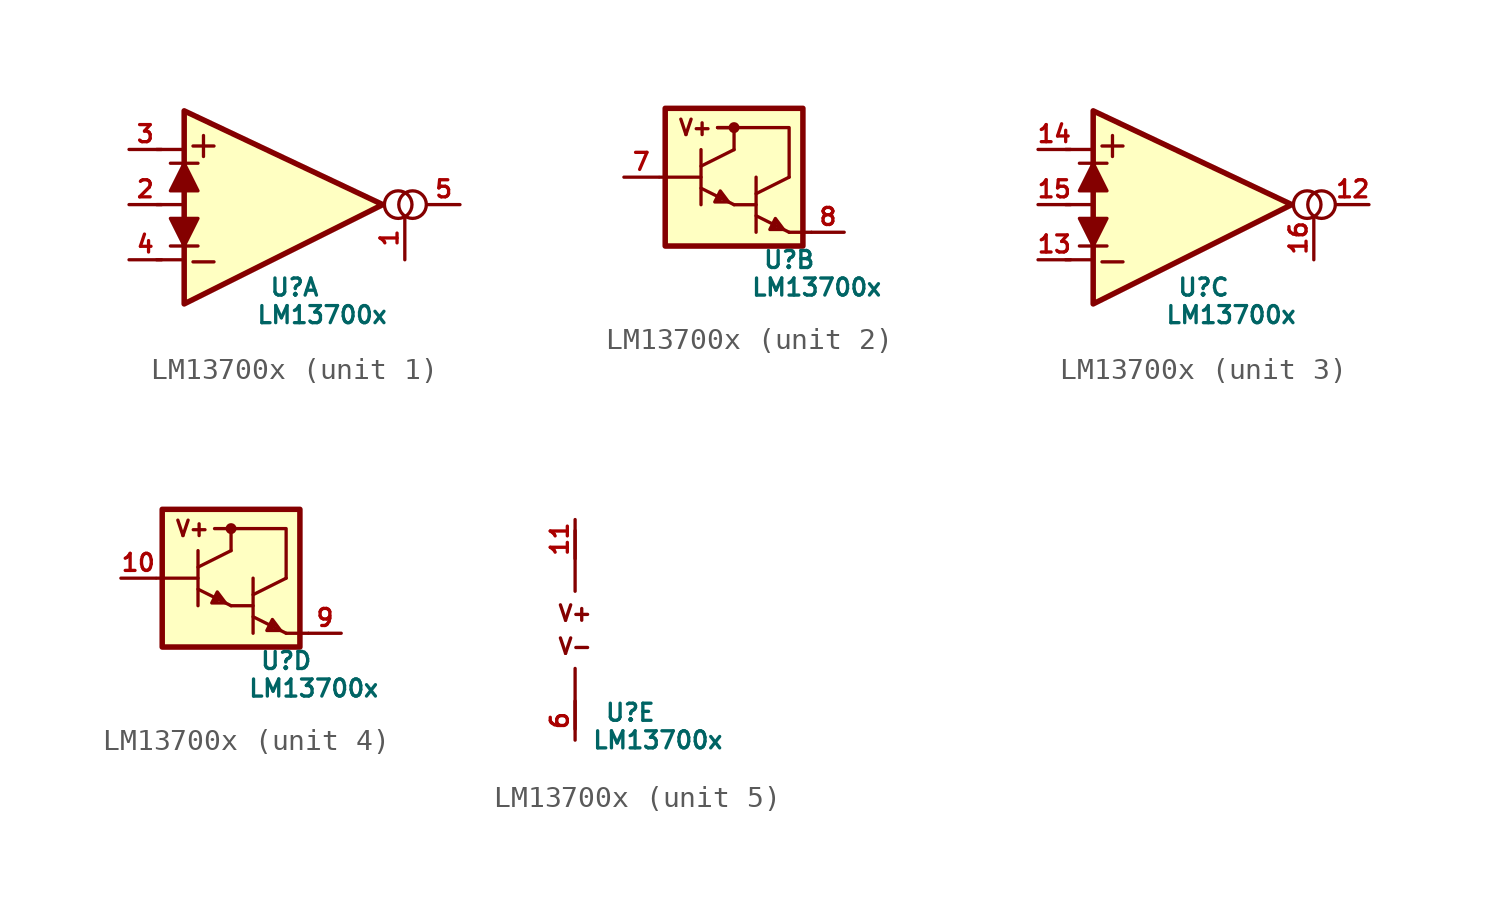
<source format=kicad_sym>
(kicad_symbol_lib
  (version 20220914)
  (generator kicad_symbol_editor)
  (symbol "LM13700x"
    (pin_names
      (offset 0.254) hide)
    (property "Reference" "U"
      (at 2.54 -3.81 0)
      (effects (font (size 0.787 0.787))))
    (property "Value" "LM13700x"
      (at 3.81 -5.08 0)
      (effects (font (size 0.787 0.787))))
    (property "ki_locked" ""
      (at 0 0 0)
      (effects (font (size 1.27 1.27))))
    (symbol "LM13700x_1_1"
      (polyline (pts (xy -3.81 -2.54) (xy -2.54 -2.54)) (stroke (width 0) (type solid)) (fill (type none)))
      (polyline (pts (xy -3.81 0) (xy -2.54 0)) (stroke (width 0) (type solid)) (fill (type none)))
      (polyline (pts (xy -3.81 2.54) (xy -2.54 2.54)) (stroke (width 0) (type solid)) (fill (type none)))
      (polyline (pts (xy -3.175 1.905) (xy -1.905 1.905)) (stroke (width 0) (type solid)) (fill (type none)))
      (polyline (pts (xy -2.54 -0.635) (xy -2.54 0.635)) (stroke (width 0) (type solid)) (fill (type none)))
      (polyline (pts (xy -1.905 -1.905) (xy -3.175 -1.905)) (stroke (width 0) (type solid)) (fill (type none)))
      (polyline (pts (xy -3.175 -0.635) (xy -1.905 -0.635) (xy -2.54 -1.905) (xy -3.175 -0.635)) (stroke (width 0) (type solid)) (fill (type outline)))
      (polyline (pts (xy -3.175 0.635) (xy -1.905 0.635) (xy -2.54 1.905) (xy -3.175 0.635)) (stroke (width 0) (type solid)) (fill (type outline)))
      (polyline (pts (xy -2.54 4.318) (xy 6.604 0) (xy -2.54 -4.572) (xy -2.54 4.318)) (stroke (width 0.254) (type solid)) (fill (type background)))
      (circle (center 7.315 0) (radius 0.635) (stroke (width 0) (type solid)) (fill (type none)))
      (circle (center 7.976 0) (radius 0.635) (stroke (width 0) (type solid)) (fill (type none)))
      (text "+" (at -1.651 2.794 0) (effects (font (size 1.27 1.27))))
      (text "-" (at -1.651 -2.54 0) (effects (font (size 1.27 1.27))))
      (pin input line (at 7.62 -2.54 90) (length 2.007) (name "AMP_BIAS_INPUT" (effects (font (size 0.787 0.787)))) (number "1" (effects (font (size 0.787 0.787)))))
      (pin input line (at -5.08 0 0) (length 1.499) (name "DIODE_BIAS" (effects (font (size 0.787 0.787)))) (number "2" (effects (font (size 0.787 0.787)))))
      (pin input line (at -5.08 2.54 0) (length 1.499) (name "INPUT(+)" (effects (font (size 0.787 0.787)))) (number "3" (effects (font (size 0.787 0.787)))))
      (pin input line (at -5.08 -2.54 0) (length 1.499) (name "INPUT(-)" (effects (font (size 0.787 0.787)))) (number "4" (effects (font (size 0.787 0.787)))))
      (pin output line (at 10.16 0 180) (length 1.499) (name "OUTPUT" (effects (font (size 0.787 0.787)))) (number "5" (effects (font (size 0.787 0.787))))))
    (symbol "LM13700x_2_0"
      (polyline (pts (xy 0 2.286) (xy -0.762 2.286)) (stroke (width 0) (type solid)) (fill (type none))))
    (symbol "LM13700x_2_1"
      (rectangle (start -3.175 3.175) (end 3.175 -3.175) (stroke (width 0.254) (type solid)) (fill (type background)))
      (polyline (pts (xy -3.429 0) (xy -1.524 0)) (stroke (width 0) (type solid)) (fill (type none)))
      (polyline (pts (xy -1.524 -0.508) (xy 0 -1.27)) (stroke (width 0) (type solid)) (fill (type none)))
      (polyline (pts (xy -1.524 0.508) (xy 0 1.27)) (stroke (width 0) (type solid)) (fill (type none)))
      (polyline (pts (xy -1.524 1.27) (xy -1.524 -1.27)) (stroke (width 0) (type solid)) (fill (type none)))
      (polyline (pts (xy 0 -1.27) (xy 1.016 -1.27)) (stroke (width 0) (type solid)) (fill (type none)))
      (polyline (pts (xy 0 2.286) (xy -0.762 2.286)) (stroke (width 0) (type solid)) (fill (type none)))
      (polyline (pts (xy 0 2.286) (xy 0 1.27)) (stroke (width 0) (type solid)) (fill (type none)))
      (polyline (pts (xy 1.016 -1.778) (xy 2.54 -2.54)) (stroke (width 0) (type solid)) (fill (type none)))
      (polyline (pts (xy 1.016 -0.762) (xy 2.54 0)) (stroke (width 0) (type solid)) (fill (type none)))
      (polyline (pts (xy 1.016 0) (xy 1.016 -2.54)) (stroke (width 0) (type solid)) (fill (type none)))
      (polyline (pts (xy 2.54 -2.54) (xy 3.556 -2.54)) (stroke (width 0) (type solid)) (fill (type none)))
      (polyline (pts (xy 0 2.286) (xy 2.54 2.286) (xy 2.54 0)) (stroke (width 0) (type solid)) (fill (type none)))
      (polyline (pts (xy -0.254 -1.143) (xy -0.635 -0.635) (xy -0.889 -1.143) (xy -0.254 -1.143) (xy -0.635 -0.762) (xy -0.762 -1.016) (xy -0.635 -1.016)) (stroke (width 0) (type solid)) (fill (type none)))
      (polyline (pts (xy 2.286 -2.413) (xy 1.905 -1.905) (xy 1.651 -2.413) (xy 2.286 -2.413) (xy 1.905 -2.032) (xy 1.778 -2.286) (xy 1.905 -2.286)) (stroke (width 0) (type solid)) (fill (type none)))
      (circle (center 0 2.286) (radius 0.127) (stroke (width 0.254) (type solid)) (fill (type none)))
      (text "V+" (at -1.778 2.286 0) (effects (font (size 0.711 0.711))))
      (pin input line (at -5.08 0 0) (length 1.6) (name "BUFFER_INPUT" (effects (font (size 0.787 0.787)))) (number "7" (effects (font (size 0.787 0.787)))))
      (pin output line (at 5.08 -2.54 180) (length 1.499) (name "BUFFER_OUTPUT" (effects (font (size 0.787 0.787)))) (number "8" (effects (font (size 0.787 0.787))))))
    (symbol "LM13700x_3_1"
      (polyline (pts (xy -3.81 -2.54) (xy -2.54 -2.54)) (stroke (width 0) (type solid)) (fill (type none)))
      (polyline (pts (xy -3.81 0) (xy -2.54 0)) (stroke (width 0) (type solid)) (fill (type none)))
      (polyline (pts (xy -3.81 2.54) (xy -2.54 2.54)) (stroke (width 0) (type solid)) (fill (type none)))
      (polyline (pts (xy -3.175 1.905) (xy -1.905 1.905)) (stroke (width 0) (type solid)) (fill (type none)))
      (polyline (pts (xy -2.54 -0.635) (xy -2.54 0.635)) (stroke (width 0) (type solid)) (fill (type none)))
      (polyline (pts (xy -1.905 -1.905) (xy -3.175 -1.905)) (stroke (width 0) (type solid)) (fill (type none)))
      (polyline (pts (xy -3.175 -0.635) (xy -1.905 -0.635) (xy -2.54 -1.905) (xy -3.175 -0.635)) (stroke (width 0) (type solid)) (fill (type outline)))
      (polyline (pts (xy -3.175 0.635) (xy -1.905 0.635) (xy -2.54 1.905) (xy -3.175 0.635)) (stroke (width 0) (type solid)) (fill (type outline)))
      (polyline (pts (xy -2.54 -4.572) (xy 6.604 0) (xy -2.54 4.318) (xy -2.54 -4.572)) (stroke (width 0.254) (type solid)) (fill (type background)))
      (circle (center 7.315 0) (radius 0.635) (stroke (width 0) (type solid)) (fill (type none)))
      (circle (center 7.976 0) (radius 0.635) (stroke (width 0) (type solid)) (fill (type none)))
      (text "+" (at -1.651 2.794 0) (effects (font (size 1.27 1.27))))
      (text "-" (at -1.651 -2.54 0) (effects (font (size 1.27 1.27))))
      (pin output line (at 10.16 0 180) (length 1.499) (name "OUTPUT" (effects (font (size 0.787 0.787)))) (number "12" (effects (font (size 0.787 0.787)))))
      (pin input line (at -5.08 -2.54 0) (length 1.499) (name "INPUT(-)" (effects (font (size 0.787 0.787)))) (number "13" (effects (font (size 0.787 0.787)))))
      (pin input line (at -5.08 2.54 0) (length 1.499) (name "INPUT(+)" (effects (font (size 0.787 0.787)))) (number "14" (effects (font (size 0.787 0.787)))))
      (pin input line (at -5.08 0 0) (length 1.499) (name "DIODE_BIAS" (effects (font (size 0.787 0.787)))) (number "15" (effects (font (size 0.787 0.787)))))
      (pin input line (at 7.62 -2.54 90) (length 2.007) (name "AMP_BIAS_INPUT" (effects (font (size 0.787 0.787)))) (number "16" (effects (font (size 0.787 0.787))))))
    (symbol "LM13700x_4_1"
      (rectangle (start -3.175 3.175) (end 3.175 -3.175) (stroke (width 0.254) (type solid)) (fill (type background)))
      (polyline (pts (xy -1.524 -0.508) (xy 0 -1.27)) (stroke (width 0) (type solid)) (fill (type none)))
      (polyline (pts (xy -1.524 0) (xy -3.429 0)) (stroke (width 0) (type solid)) (fill (type none)))
      (polyline (pts (xy -1.524 0.508) (xy 0 1.27)) (stroke (width 0) (type solid)) (fill (type none)))
      (polyline (pts (xy -1.524 1.27) (xy -1.524 -1.27)) (stroke (width 0) (type solid)) (fill (type none)))
      (polyline (pts (xy 0 -1.27) (xy 1.016 -1.27)) (stroke (width 0) (type solid)) (fill (type none)))
      (polyline (pts (xy 0 1.27) (xy 0 2.286)) (stroke (width 0) (type solid)) (fill (type none)))
      (polyline (pts (xy 0 2.286) (xy -0.762 2.286)) (stroke (width 0) (type solid)) (fill (type none)))
      (polyline (pts (xy 1.016 -1.778) (xy 2.54 -2.54)) (stroke (width 0) (type solid)) (fill (type none)))
      (polyline (pts (xy 1.016 -0.762) (xy 2.54 0)) (stroke (width 0) (type solid)) (fill (type none)))
      (polyline (pts (xy 1.016 0) (xy 1.016 -2.54)) (stroke (width 0) (type solid)) (fill (type none)))
      (polyline (pts (xy 2.54 -2.54) (xy 3.556 -2.54)) (stroke (width 0) (type solid)) (fill (type none)))
      (polyline (pts (xy 0 2.286) (xy 2.54 2.286) (xy 2.54 0)) (stroke (width 0) (type solid)) (fill (type none)))
      (polyline (pts (xy -0.635 -0.635) (xy -0.889 -1.143) (xy -0.254 -1.143) (xy -0.635 -0.635) (xy -0.762 -1.016) (xy -0.635 -1.016) (xy -0.635 -0.762) (xy -0.508 -0.889)) (stroke (width 0) (type solid)) (fill (type none)))
      (polyline (pts (xy 1.905 -1.905) (xy 1.651 -2.413) (xy 2.286 -2.413) (xy 1.905 -1.905) (xy 1.778 -2.286) (xy 1.905 -2.286) (xy 1.905 -2.032) (xy 2.032 -2.159)) (stroke (width 0) (type solid)) (fill (type none)))
      (circle (center 0 2.286) (radius 0.127) (stroke (width 0.254) (type solid)) (fill (type none)))
      (text "V+" (at -1.778 2.286 0) (effects (font (size 0.711 0.711))))
      (pin input line (at -5.08 0 0) (length 1.6) (name "BUFFER_INPUT" (effects (font (size 0.787 0.787)))) (number "10" (effects (font (size 0.787 0.787)))))
      (pin output line (at 5.08 -2.54 180) (length 1.499) (name "BUFFER_OUTPUT" (effects (font (size 0.787 0.787)))) (number "9" (effects (font (size 0.787 0.787))))))
    (symbol "LM13700x_5_1"
      (polyline (pts (xy 0 -1.778) (xy 0 -4.572)) (stroke (width 0) (type solid)) (fill (type none)))
      (polyline (pts (xy 0 4.572) (xy 0 1.778)) (stroke (width 0) (type solid)) (fill (type none)))
      (text "V+" (at 0 0.762 0) (effects (font (size 0.711 0.711))))
      (text "V-" (at 0 -0.762 0) (effects (font (size 0.711 0.711))))
      (pin power_in line (at 0 5.08 270) (length 1.803) (name "V+" (effects (font (size 0.787 0.787)))) (number "11" (effects (font (size 0.787 0.787)))))
      (pin power_in line (at 0 -5.08 90) (length 1.803) (name "V-" (effects (font (size 0.787 0.787)))) (number "6" (effects (font (size 0.787 0.787))))))))
</source>
